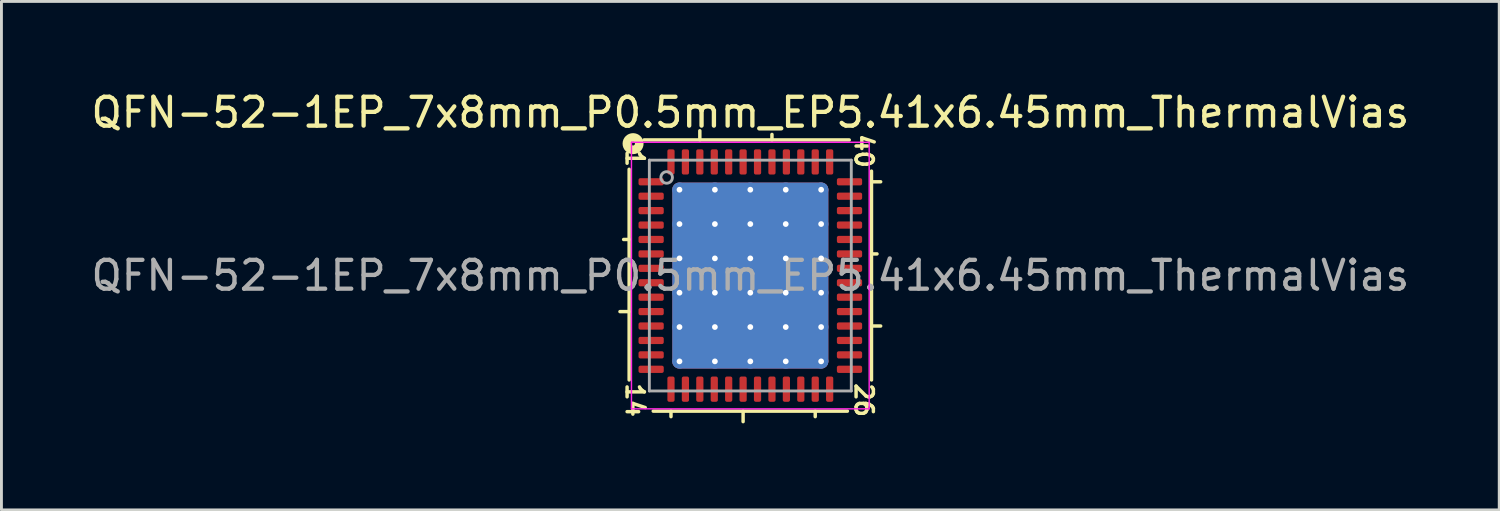
<source format=kicad_pcb>
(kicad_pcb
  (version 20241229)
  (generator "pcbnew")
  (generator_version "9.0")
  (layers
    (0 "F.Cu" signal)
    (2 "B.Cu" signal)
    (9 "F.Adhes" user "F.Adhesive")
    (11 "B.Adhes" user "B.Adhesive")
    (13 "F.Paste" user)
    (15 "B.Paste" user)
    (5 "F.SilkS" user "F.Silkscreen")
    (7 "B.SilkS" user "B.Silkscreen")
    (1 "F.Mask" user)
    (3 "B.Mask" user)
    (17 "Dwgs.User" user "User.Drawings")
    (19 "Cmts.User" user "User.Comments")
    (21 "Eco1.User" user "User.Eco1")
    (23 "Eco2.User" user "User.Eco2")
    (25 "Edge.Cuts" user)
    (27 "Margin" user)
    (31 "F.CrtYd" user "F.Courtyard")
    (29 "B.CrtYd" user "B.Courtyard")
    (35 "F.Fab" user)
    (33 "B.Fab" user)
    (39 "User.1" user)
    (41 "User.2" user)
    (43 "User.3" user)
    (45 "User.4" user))
  (footprint "QFN-52-1EP_7x8mm_P0.5mm_EP5.41x6.45mm_ThermalVias"
    (layer "F.Cu")
    (at 22.958 6.501)
    (property "Reference" "QFN-52-1EP_7x8mm_P0.5mm_EP5.41x6.45mm_ThermalVias" (at 0 -5.652 0) (layer "F.SilkS") (effects (font (size 1 1) (thickness 0.15))))
    (attr smd)
    (fp_line (start -4.2 -3.683) (end -4.2 3.619) (stroke (width 0.12) (type solid)) (layer "F.SilkS"))
    (fp_line (start -4.2 -1.25) (end -4.391 -1.25) (stroke (width 0.12) (type solid)) (layer "F.SilkS"))
    (fp_line (start -4.2 1.25) (end -4.518 1.25) (stroke (width 0.12) (type solid)) (layer "F.SilkS"))
    (fp_line (start -3.365 4.7) (end 3.365 4.7) (stroke (width 0.12) (type solid)) (layer "F.SilkS"))
    (fp_line (start -2.75 4.7) (end -2.75 4.891) (stroke (width 0.12) (type solid)) (layer "F.SilkS"))
    (fp_line (start -1.75 -4.7) (end -1.75 -5.018) (stroke (width 0.12) (type solid)) (layer "F.SilkS"))
    (fp_line (start -0.25 4.7) (end -0.25 5.064) (stroke (width 0.12) (type solid)) (layer "F.SilkS"))
    (fp_line (start 0.75 -4.7) (end 0.75 -4.891) (stroke (width 0.12) (type solid)) (layer "F.SilkS"))
    (fp_line (start 2.25 4.7) (end 2.25 4.891) (stroke (width 0.12) (type solid)) (layer "F.SilkS"))
    (fp_line (start 3.429 -4.7) (end -3.683 -4.7) (stroke (width 0.12) (type solid)) (layer "F.SilkS"))
    (fp_line (start 4.2 -3.25) (end 4.518 -3.25) (stroke (width 0.12) (type solid)) (layer "F.SilkS"))
    (fp_line (start 4.2 -0.75) (end 4.391 -0.75) (stroke (width 0.12) (type solid)) (layer "F.SilkS"))
    (fp_line (start 4.2 1.75) (end 4.518 1.75) (stroke (width 0.12) (type solid)) (layer "F.SilkS"))
    (fp_line (start 4.2 3.619) (end 4.2 -3.619) (stroke (width 0.12) (type solid)) (layer "F.SilkS"))
    (fp_circle (center -4.064 -4.572) (end -4 -4.572) (stroke (width 0.3) (type solid)) (fill no) (layer "F.SilkS"))
    (fp_line (start -4.12 -4.62) (end -4.12 4.62) (stroke (width 0.05) (type solid)) (layer "F.CrtYd"))
    (fp_line (start -4.12 4.62) (end 4.12 4.62) (stroke (width 0.05) (type solid)) (layer "F.CrtYd"))
    (fp_line (start 4.12 -4.62) (end -4.12 -4.62) (stroke (width 0.05) (type solid)) (layer "F.CrtYd"))
    (fp_line (start 4.12 4.62) (end 4.12 -4.62) (stroke (width 0.05) (type solid)) (layer "F.CrtYd"))
    (fp_line (start -3.5 -4) (end 3.5 -4) (stroke (width 0.1) (type solid)) (layer "F.Fab"))
    (fp_line (start -3.5 4) (end -3.5 -4) (stroke (width 0.1) (type solid)) (layer "F.Fab"))
    (fp_line (start 3.5 -4) (end 3.5 4) (stroke (width 0.1) (type solid)) (layer "F.Fab"))
    (fp_line (start 3.5 4) (end -3.5 4) (stroke (width 0.1) (type solid)) (layer "F.Fab"))
    (fp_circle (center -2.9 -3.4) (end -2.7 -3.4) (stroke (width 0.1) (type solid)) (fill no) (layer "F.Fab"))
    (fp_text user "1" (at -4 -4.064 270) (unlocked yes) (layer "F.SilkS") (effects (font (size 0.6 0.6) (thickness 0.12))))
    (fp_text user "40" (at 3.937 -4.318 270) (unlocked yes) (layer "F.SilkS") (effects (font (size 0.6 0.6) (thickness 0.12))))
    (fp_text user "14" (at -4 4.318 270) (unlocked yes) (layer "F.SilkS") (effects (font (size 0.6 0.6) (thickness 0.12))))
    (fp_text user "26" (at 3.937 4.318 270) (unlocked yes) (layer "F.SilkS") (effects (font (size 0.6 0.6) (thickness 0.12))))
    (fp_text user "${REFERENCE}" (at 0 0 0) (layer "F.Fab") (effects (font (size 1 1) (thickness 0.15))))
    (pad "" smd roundrect (at -1.841 -2.38) (size 1.048 0.999) (layers "F.Paste") (roundrect_rratio 0.25))
    (pad "" smd roundrect (at -1.841 -1.19) (size 1.048 0.999) (layers "F.Paste") (roundrect_rratio 0.25))
    (pad "" smd roundrect (at -1.841 0) (size 1.048 0.999) (layers "F.Paste") (roundrect_rratio 0.25))
    (pad "" smd roundrect (at -1.841 1.19) (size 1.048 0.999) (layers "F.Paste") (roundrect_rratio 0.25))
    (pad "" smd roundrect (at -1.841 2.38) (size 1.048 0.999) (layers "F.Paste") (roundrect_rratio 0.25))
    (pad "" smd roundrect (at -0.614 -2.38) (size 1.048 0.999) (layers "F.Paste") (roundrect_rratio 0.25))
    (pad "" smd roundrect (at -0.614 -1.19) (size 1.048 0.999) (layers "F.Paste") (roundrect_rratio 0.25))
    (pad "" smd roundrect (at -0.614 0) (size 1.048 0.999) (layers "F.Paste") (roundrect_rratio 0.25))
    (pad "" smd roundrect (at -0.614 1.19) (size 1.048 0.999) (layers "F.Paste") (roundrect_rratio 0.25))
    (pad "" smd roundrect (at -0.614 2.38) (size 1.048 0.999) (layers "F.Paste") (roundrect_rratio 0.25))
    (pad "" smd roundrect (at 0.614 -2.38) (size 1.048 0.999) (layers "F.Paste") (roundrect_rratio 0.25))
    (pad "" smd roundrect (at 0.614 -1.19) (size 1.048 0.999) (layers "F.Paste") (roundrect_rratio 0.25))
    (pad "" smd roundrect (at 0.614 0) (size 1.048 0.999) (layers "F.Paste") (roundrect_rratio 0.25))
    (pad "" smd roundrect (at 0.614 1.19) (size 1.048 0.999) (layers "F.Paste") (roundrect_rratio 0.25))
    (pad "" smd roundrect (at 0.614 2.38) (size 1.048 0.999) (layers "F.Paste") (roundrect_rratio 0.25))
    (pad "" smd roundrect (at 1.841 -2.38) (size 1.048 0.999) (layers "F.Paste") (roundrect_rratio 0.25))
    (pad "" smd roundrect (at 1.841 -1.19) (size 1.048 0.999) (layers "F.Paste") (roundrect_rratio 0.25))
    (pad "" smd roundrect (at 1.841 0) (size 1.048 0.999) (layers "F.Paste") (roundrect_rratio 0.25))
    (pad "" smd roundrect (at 1.841 1.19) (size 1.048 0.999) (layers "F.Paste") (roundrect_rratio 0.25))
    (pad "" smd roundrect (at 1.841 2.38) (size 1.048 0.999) (layers "F.Paste") (roundrect_rratio 0.25))
    (pad "1" smd roundrect (at -3.438 -3.25) (size 0.875 0.25) (layers "F.Cu" "F.Mask" "F.Paste") (roundrect_rratio 0.25))
    (pad "2" smd roundrect (at -3.438 -2.75) (size 0.875 0.25) (layers "F.Cu" "F.Mask" "F.Paste") (roundrect_rratio 0.25))
    (pad "3" smd roundrect (at -3.438 -2.25) (size 0.875 0.25) (layers "F.Cu" "F.Mask" "F.Paste") (roundrect_rratio 0.25))
    (pad "4" smd roundrect (at -3.438 -1.75) (size 0.875 0.25) (layers "F.Cu" "F.Mask" "F.Paste") (roundrect_rratio 0.25))
    (pad "5" smd roundrect (at -3.438 -1.25) (size 0.875 0.25) (layers "F.Cu" "F.Mask" "F.Paste") (roundrect_rratio 0.25))
    (pad "6" smd roundrect (at -3.438 -0.75) (size 0.875 0.25) (layers "F.Cu" "F.Mask" "F.Paste") (roundrect_rratio 0.25))
    (pad "7" smd roundrect (at -3.438 -0.25) (size 0.875 0.25) (layers "F.Cu" "F.Mask" "F.Paste") (roundrect_rratio 0.25))
    (pad "8" smd roundrect (at -3.438 0.25) (size 0.875 0.25) (layers "F.Cu" "F.Mask" "F.Paste") (roundrect_rratio 0.25))
    (pad "9" smd roundrect (at -3.438 0.75) (size 0.875 0.25) (layers "F.Cu" "F.Mask" "F.Paste") (roundrect_rratio 0.25))
    (pad "10" smd roundrect (at -3.438 1.25) (size 0.875 0.25) (layers "F.Cu" "F.Mask" "F.Paste") (roundrect_rratio 0.25))
    (pad "11" smd roundrect (at -3.438 1.75) (size 0.875 0.25) (layers "F.Cu" "F.Mask" "F.Paste") (roundrect_rratio 0.25))
    (pad "12" smd roundrect (at -3.438 2.25) (size 0.875 0.25) (layers "F.Cu" "F.Mask" "F.Paste") (roundrect_rratio 0.25))
    (pad "13" smd roundrect (at -3.438 2.75) (size 0.875 0.25) (layers "F.Cu" "F.Mask" "F.Paste") (roundrect_rratio 0.25))
    (pad "14" smd roundrect (at -3.438 3.25) (size 0.875 0.25) (layers "F.Cu" "F.Mask" "F.Paste") (roundrect_rratio 0.25))
    (pad "15" smd roundrect (at -2.75 3.938) (size 0.25 0.875) (layers "F.Cu" "F.Mask" "F.Paste") (roundrect_rratio 0.25))
    (pad "16" smd roundrect (at -2.25 3.938) (size 0.25 0.875) (layers "F.Cu" "F.Mask" "F.Paste") (roundrect_rratio 0.25))
    (pad "17" smd roundrect (at -1.75 3.938) (size 0.25 0.875) (layers "F.Cu" "F.Mask" "F.Paste") (roundrect_rratio 0.25))
    (pad "18" smd roundrect (at -1.25 3.938) (size 0.25 0.875) (layers "F.Cu" "F.Mask" "F.Paste") (roundrect_rratio 0.25))
    (pad "19" smd roundrect (at -0.75 3.938) (size 0.25 0.875) (layers "F.Cu" "F.Mask" "F.Paste") (roundrect_rratio 0.25))
    (pad "20" smd roundrect (at -0.25 3.938) (size 0.25 0.875) (layers "F.Cu" "F.Mask" "F.Paste") (roundrect_rratio 0.25))
    (pad "21" smd roundrect (at 0.25 3.938) (size 0.25 0.875) (layers "F.Cu" "F.Mask" "F.Paste") (roundrect_rratio 0.25))
    (pad "22" smd roundrect (at 0.75 3.938) (size 0.25 0.875) (layers "F.Cu" "F.Mask" "F.Paste") (roundrect_rratio 0.25))
    (pad "23" smd roundrect (at 1.25 3.938) (size 0.25 0.875) (layers "F.Cu" "F.Mask" "F.Paste") (roundrect_rratio 0.25))
    (pad "24" smd roundrect (at 1.75 3.938) (size 0.25 0.875) (layers "F.Cu" "F.Mask" "F.Paste") (roundrect_rratio 0.25))
    (pad "25" smd roundrect (at 2.25 3.938) (size 0.25 0.875) (layers "F.Cu" "F.Mask" "F.Paste") (roundrect_rratio 0.25))
    (pad "26" smd roundrect (at 2.75 3.938) (size 0.25 0.875) (layers "F.Cu" "F.Mask" "F.Paste") (roundrect_rratio 0.25))
    (pad "27" smd roundrect (at 3.438 3.25) (size 0.875 0.25) (layers "F.Cu" "F.Mask" "F.Paste") (roundrect_rratio 0.25))
    (pad "28" smd roundrect (at 3.438 2.75) (size 0.875 0.25) (layers "F.Cu" "F.Mask" "F.Paste") (roundrect_rratio 0.25))
    (pad "29" smd roundrect (at 3.438 2.25) (size 0.875 0.25) (layers "F.Cu" "F.Mask" "F.Paste") (roundrect_rratio 0.25))
    (pad "30" smd roundrect (at 3.438 1.75) (size 0.875 0.25) (layers "F.Cu" "F.Mask" "F.Paste") (roundrect_rratio 0.25))
    (pad "31" smd roundrect (at 3.438 1.25) (size 0.875 0.25) (layers "F.Cu" "F.Mask" "F.Paste") (roundrect_rratio 0.25))
    (pad "32" smd roundrect (at 3.438 0.75) (size 0.875 0.25) (layers "F.Cu" "F.Mask" "F.Paste") (roundrect_rratio 0.25))
    (pad "33" smd roundrect (at 3.438 0.25) (size 0.875 0.25) (layers "F.Cu" "F.Mask" "F.Paste") (roundrect_rratio 0.25))
    (pad "34" smd roundrect (at 3.438 -0.25) (size 0.875 0.25) (layers "F.Cu" "F.Mask" "F.Paste") (roundrect_rratio 0.25))
    (pad "35" smd roundrect (at 3.438 -0.75) (size 0.875 0.25) (layers "F.Cu" "F.Mask" "F.Paste") (roundrect_rratio 0.25))
    (pad "36" smd roundrect (at 3.438 -1.25) (size 0.875 0.25) (layers "F.Cu" "F.Mask" "F.Paste") (roundrect_rratio 0.25))
    (pad "37" smd roundrect (at 3.438 -1.75) (size 0.875 0.25) (layers "F.Cu" "F.Mask" "F.Paste") (roundrect_rratio 0.25))
    (pad "38" smd roundrect (at 3.438 -2.25) (size 0.875 0.25) (layers "F.Cu" "F.Mask" "F.Paste") (roundrect_rratio 0.25))
    (pad "39" smd roundrect (at 3.438 -2.75) (size 0.875 0.25) (layers "F.Cu" "F.Mask" "F.Paste") (roundrect_rratio 0.25))
    (pad "40" smd roundrect (at 3.438 -3.25) (size 0.875 0.25) (layers "F.Cu" "F.Mask" "F.Paste") (roundrect_rratio 0.25))
    (pad "41" smd roundrect (at 2.75 -3.938) (size 0.25 0.875) (layers "F.Cu" "F.Mask" "F.Paste") (roundrect_rratio 0.25))
    (pad "42" smd roundrect (at 2.25 -3.938) (size 0.25 0.875) (layers "F.Cu" "F.Mask" "F.Paste") (roundrect_rratio 0.25))
    (pad "43" smd roundrect (at 1.75 -3.938) (size 0.25 0.875) (layers "F.Cu" "F.Mask" "F.Paste") (roundrect_rratio 0.25))
    (pad "44" smd roundrect (at 1.25 -3.938) (size 0.25 0.875) (layers "F.Cu" "F.Mask" "F.Paste") (roundrect_rratio 0.25))
    (pad "45" smd roundrect (at 0.75 -3.938) (size 0.25 0.875) (layers "F.Cu" "F.Mask" "F.Paste") (roundrect_rratio 0.25))
    (pad "46" smd roundrect (at 0.25 -3.938) (size 0.25 0.875) (layers "F.Cu" "F.Mask" "F.Paste") (roundrect_rratio 0.25))
    (pad "47" smd roundrect (at -0.25 -3.938) (size 0.25 0.875) (layers "F.Cu" "F.Mask" "F.Paste") (roundrect_rratio 0.25))
    (pad "48" smd roundrect (at -0.75 -3.938) (size 0.25 0.875) (layers "F.Cu" "F.Mask" "F.Paste") (roundrect_rratio 0.25))
    (pad "49" smd roundrect (at -1.25 -3.938) (size 0.25 0.875) (layers "F.Cu" "F.Mask" "F.Paste") (roundrect_rratio 0.25))
    (pad "50" smd roundrect (at -1.75 -3.938) (size 0.25 0.875) (layers "F.Cu" "F.Mask" "F.Paste") (roundrect_rratio 0.25))
    (pad "51" smd roundrect (at -2.25 -3.938) (size 0.25 0.875) (layers "F.Cu" "F.Mask" "F.Paste") (roundrect_rratio 0.25))
    (pad "52" smd roundrect (at -2.75 -3.938) (size 0.25 0.875) (layers "F.Cu" "F.Mask" "F.Paste") (roundrect_rratio 0.25))
    (pad "53" thru_hole circle (at -2.455 -2.975) (size 0.5 0.5) (drill 0.2) (property pad_prop_heatsink) (layers "*.Cu"))
    (pad "53" thru_hole circle (at -2.455 -1.785) (size 0.5 0.5) (drill 0.2) (property pad_prop_heatsink) (layers "*.Cu"))
    (pad "53" thru_hole circle (at -2.455 -0.595) (size 0.5 0.5) (drill 0.2) (property pad_prop_heatsink) (layers "*.Cu"))
    (pad "53" thru_hole circle (at -2.455 0.595) (size 0.5 0.5) (drill 0.2) (property pad_prop_heatsink) (layers "*.Cu"))
    (pad "53" thru_hole circle (at -2.455 1.785) (size 0.5 0.5) (drill 0.2) (property pad_prop_heatsink) (layers "*.Cu"))
    (pad "53" thru_hole circle (at -2.455 2.975) (size 0.5 0.5) (drill 0.2) (property pad_prop_heatsink) (layers "*.Cu"))
    (pad "53" thru_hole circle (at -1.228 -2.975) (size 0.5 0.5) (drill 0.2) (property pad_prop_heatsink) (layers "*.Cu"))
    (pad "53" thru_hole circle (at -1.228 -1.785) (size 0.5 0.5) (drill 0.2) (property pad_prop_heatsink) (layers "*.Cu"))
    (pad "53" thru_hole circle (at -1.228 -0.595) (size 0.5 0.5) (drill 0.2) (property pad_prop_heatsink) (layers "*.Cu"))
    (pad "53" thru_hole circle (at -1.228 0.595) (size 0.5 0.5) (drill 0.2) (property pad_prop_heatsink) (layers "*.Cu"))
    (pad "53" thru_hole circle (at -1.228 1.785) (size 0.5 0.5) (drill 0.2) (property pad_prop_heatsink) (layers "*.Cu"))
    (pad "53" thru_hole circle (at -1.228 2.975) (size 0.5 0.5) (drill 0.2) (property pad_prop_heatsink) (layers "*.Cu"))
    (pad "53" thru_hole circle (at 0 -2.975) (size 0.5 0.5) (drill 0.2) (property pad_prop_heatsink) (layers "*.Cu"))
    (pad "53" thru_hole circle (at 0 -1.785) (size 0.5 0.5) (drill 0.2) (property pad_prop_heatsink) (layers "*.Cu"))
    (pad "53" thru_hole circle (at 0 -0.595) (size 0.5 0.5) (drill 0.2) (property pad_prop_heatsink) (layers "*.Cu"))
    (pad "53" smd roundrect (at 0 0) (size 5.41 6.45) (layers "F.Cu" "F.Mask") (roundrect_rratio 0.046))
    (pad "53" smd roundrect (at 0 0) (size 5.41 6.45) (layers "B.Cu" "B.Mask") (roundrect_rratio 0.046))
    (pad "53" thru_hole circle (at 0 0.595) (size 0.5 0.5) (drill 0.2) (property pad_prop_heatsink) (layers "*.Cu"))
    (pad "53" thru_hole circle (at 0 1.785) (size 0.5 0.5) (drill 0.2) (property pad_prop_heatsink) (layers "*.Cu"))
    (pad "53" thru_hole circle (at 0 2.975) (size 0.5 0.5) (drill 0.2) (property pad_prop_heatsink) (layers "*.Cu"))
    (pad "53" thru_hole circle (at 1.228 -2.975) (size 0.5 0.5) (drill 0.2) (property pad_prop_heatsink) (layers "*.Cu"))
    (pad "53" thru_hole circle (at 1.228 -1.785) (size 0.5 0.5) (drill 0.2) (property pad_prop_heatsink) (layers "*.Cu"))
    (pad "53" thru_hole circle (at 1.228 -0.595) (size 0.5 0.5) (drill 0.2) (property pad_prop_heatsink) (layers "*.Cu"))
    (pad "53" thru_hole circle (at 1.228 0.595) (size 0.5 0.5) (drill 0.2) (property pad_prop_heatsink) (layers "*.Cu"))
    (pad "53" thru_hole circle (at 1.228 1.785) (size 0.5 0.5) (drill 0.2) (property pad_prop_heatsink) (layers "*.Cu"))
    (pad "53" thru_hole circle (at 1.228 2.975) (size 0.5 0.5) (drill 0.2) (property pad_prop_heatsink) (layers "*.Cu"))
    (pad "53" thru_hole circle (at 2.455 -2.975) (size 0.5 0.5) (drill 0.2) (property pad_prop_heatsink) (layers "*.Cu"))
    (pad "53" thru_hole circle (at 2.455 -1.785) (size 0.5 0.5) (drill 0.2) (property pad_prop_heatsink) (layers "*.Cu"))
    (pad "53" thru_hole circle (at 2.455 -0.595) (size 0.5 0.5) (drill 0.2) (property pad_prop_heatsink) (layers "*.Cu"))
    (pad "53" thru_hole circle (at 2.455 0.595) (size 0.5 0.5) (drill 0.2) (property pad_prop_heatsink) (layers "*.Cu"))
    (pad "53" thru_hole circle (at 2.455 1.785) (size 0.5 0.5) (drill 0.2) (property pad_prop_heatsink) (layers "*.Cu"))
    (pad "53" thru_hole circle (at 2.455 2.975) (size 0.5 0.5) (drill 0.2) (property pad_prop_heatsink) (layers "*.Cu")))
  (gr_rect
    (start -3 -3)
    (end 48.917 14.625)
    (stroke (width 0.1) (type default))
    (fill no)
    (layer "Edge.Cuts")))
</source>
